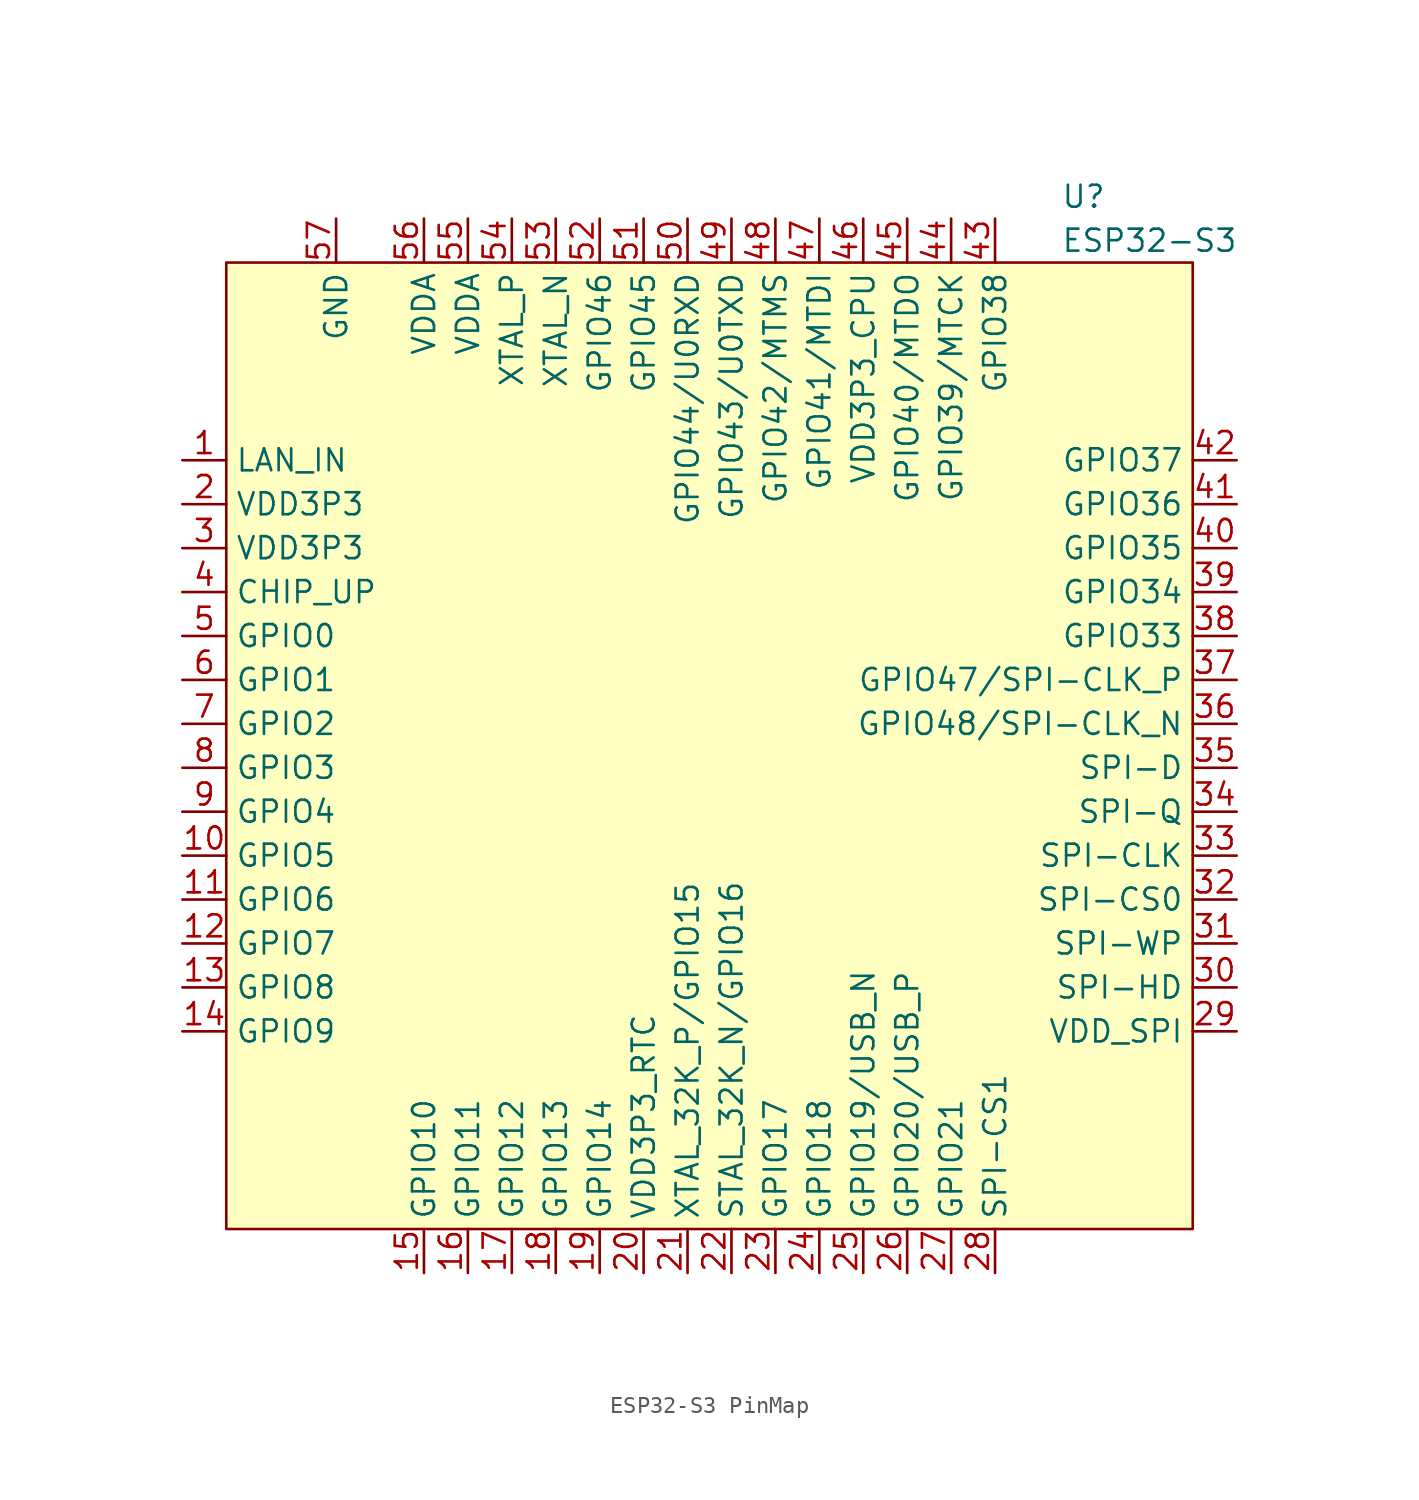
<source format=kicad_sym>
(kicad_symbol_lib
  (version 20241209)
  (generator "kicad_symbol_editor")
  (generator_version "9.0")
  (symbol "ESP32-S3 PinMap"
    (property "Reference" "U"
      (at 20.32 31.75 0)
      (effects (font (size 1.27 1.27)) (justify left)))
    (property "Value" "ESP32-S3"
      (at 20.32 29.21 0)
      (effects (font (size 1.27 1.27)) (justify left)))
    (symbol "ESP32-S3 PinMap_1_0"
      (pin power_in line (at -30.48 13.97 0) (length 2.54) (name "VDD3P3" (effects (font (size 1.27 1.27)))) (number "2" (effects (font (size 1.27 1.27)))))
      (pin power_in line (at -30.48 11.43 0) (length 2.54) (name "VDD3P3" (effects (font (size 1.27 1.27)))) (number "3" (effects (font (size 1.27 1.27)))))
      (pin input line (at -30.48 8.89 0) (length 2.54) (name "CHIP_UP" (effects (font (size 1.27 1.27)))) (number "4" (effects (font (size 1.27 1.27)))))
      (pin bidirectional line (at -30.48 6.35 0) (length 2.54) (name "GPIO0" (effects (font (size 1.27 1.27)))) (number "5" (effects (font (size 1.27 1.27)))))
      (pin bidirectional line (at -30.48 3.81 0) (length 2.54) (name "GPIO1" (effects (font (size 1.27 1.27)))) (number "6" (effects (font (size 1.27 1.27)))))
      (pin bidirectional line (at -30.48 1.27 0) (length 2.54) (name "GPIO2" (effects (font (size 1.27 1.27)))) (number "7" (effects (font (size 1.27 1.27)))))
      (pin bidirectional line (at -30.48 -1.27 0) (length 2.54) (name "GPIO3" (effects (font (size 1.27 1.27)))) (number "8" (effects (font (size 1.27 1.27)))))
      (pin bidirectional line (at -30.48 -3.81 0) (length 2.54) (name "GPIO4" (effects (font (size 1.27 1.27)))) (number "9" (effects (font (size 1.27 1.27)))))
      (pin bidirectional line (at -30.48 -6.35 0) (length 2.54) (name "GPIO5" (effects (font (size 1.27 1.27)))) (number "10" (effects (font (size 1.27 1.27)))))
      (pin bidirectional line (at -30.48 -8.89 0) (length 2.54) (name "GPIO6" (effects (font (size 1.27 1.27)))) (number "11" (effects (font (size 1.27 1.27)))))
      (pin bidirectional line (at -30.48 -11.43 0) (length 2.54) (name "GPIO7" (effects (font (size 1.27 1.27)))) (number "12" (effects (font (size 1.27 1.27)))))
      (pin bidirectional line (at -30.48 -13.97 0) (length 2.54) (name "GPIO8" (effects (font (size 1.27 1.27)))) (number "13" (effects (font (size 1.27 1.27)))))
      (pin bidirectional line (at -30.48 -16.51 0) (length 2.54) (name "GPIO9" (effects (font (size 1.27 1.27)))) (number "14" (effects (font (size 1.27 1.27)))))
      (pin power_in line (at -21.59 30.48 270) (length 2.54) (name "GND" (effects (font (size 1.27 1.27)))) (number "57" (effects (font (size 1.27 1.27)))))
      (pin power_in line (at -16.51 30.48 270) (length 2.54) (name "VDDA" (effects (font (size 1.27 1.27)))) (number "56" (effects (font (size 1.27 1.27)))))
      (pin bidirectional line (at -16.51 -30.48 90) (length 2.54) (name "GPIO10" (effects (font (size 1.27 1.27)))) (number "15" (effects (font (size 1.27 1.27)))))
      (pin power_in line (at -13.97 30.48 270) (length 2.54) (name "VDDA" (effects (font (size 1.27 1.27)))) (number "55" (effects (font (size 1.27 1.27)))))
      (pin bidirectional line (at -11.43 30.48 270) (length 2.54) (name "XTAL_P" (effects (font (size 1.27 1.27)))) (number "54" (effects (font (size 1.27 1.27)))))
      (pin bidirectional line (at -11.43 -30.48 90) (length 2.54) (name "GPIO12" (effects (font (size 1.27 1.27)))) (number "17" (effects (font (size 1.27 1.27)))))
      (pin bidirectional line (at -8.89 30.48 270) (length 2.54) (name "XTAL_N" (effects (font (size 1.27 1.27)))) (number "53" (effects (font (size 1.27 1.27)))))
      (pin bidirectional line (at -8.89 -30.48 90) (length 2.54) (name "GPIO13" (effects (font (size 1.27 1.27)))) (number "18" (effects (font (size 1.27 1.27)))))
      (pin bidirectional line (at -6.35 30.48 270) (length 2.54) (name "GPIO46" (effects (font (size 1.27 1.27)))) (number "52" (effects (font (size 1.27 1.27)))))
      (pin bidirectional line (at -6.35 -30.48 90) (length 2.54) (name "GPIO14" (effects (font (size 1.27 1.27)))) (number "19" (effects (font (size 1.27 1.27)))))
      (pin bidirectional line (at -3.81 30.48 270) (length 2.54) (name "GPIO45" (effects (font (size 1.27 1.27)))) (number "51" (effects (font (size 1.27 1.27)))))
      (pin bidirectional line (at -3.81 -30.48 90) (length 2.54) (name "VDD3P3_RTC" (effects (font (size 1.27 1.27)))) (number "20" (effects (font (size 1.27 1.27)))))
      (pin bidirectional line (at -1.27 30.48 270) (length 2.54) (name "GPIO44/U0RXD" (effects (font (size 1.27 1.27)))) (number "50" (effects (font (size 1.27 1.27)))))
      (pin bidirectional line (at 1.27 30.48 270) (length 2.54) (name "GPIO43/U0TXD" (effects (font (size 1.27 1.27)))) (number "49" (effects (font (size 1.27 1.27)))))
      (pin bidirectional line (at 1.27 -30.48 90) (length 2.54) (name "STAL_32K_N/GPIO16" (effects (font (size 1.27 1.27)))) (number "22" (effects (font (size 1.27 1.27)))))
      (pin bidirectional line (at 3.81 30.48 270) (length 2.54) (name "GPIO42/MTMS" (effects (font (size 1.27 1.27)))) (number "48" (effects (font (size 1.27 1.27)))))
      (pin bidirectional line (at 3.81 -30.48 90) (length 2.54) (name "GPIO17" (effects (font (size 1.27 1.27)))) (number "23" (effects (font (size 1.27 1.27)))))
      (pin bidirectional line (at 6.35 30.48 270) (length 2.54) (name "GPIO41/MTDI" (effects (font (size 1.27 1.27)))) (number "47" (effects (font (size 1.27 1.27)))))
      (pin bidirectional line (at 6.35 -30.48 90) (length 2.54) (name "GPIO18" (effects (font (size 1.27 1.27)))) (number "24" (effects (font (size 1.27 1.27)))))
      (pin bidirectional line (at 8.89 30.48 270) (length 2.54) (name "VDD3P3_CPU" (effects (font (size 1.27 1.27)))) (number "46" (effects (font (size 1.27 1.27)))))
      (pin bidirectional line (at 8.89 -30.48 90) (length 2.54) (name "GPIO19/USB_N" (effects (font (size 1.27 1.27)))) (number "25" (effects (font (size 1.27 1.27)))))
      (pin bidirectional line (at 11.43 30.48 270) (length 2.54) (name "GPIO40/MTDO" (effects (font (size 1.27 1.27)))) (number "45" (effects (font (size 1.27 1.27)))))
      (pin bidirectional line (at 11.43 -30.48 90) (length 2.54) (name "GPIO20/USB_P" (effects (font (size 1.27 1.27)))) (number "26" (effects (font (size 1.27 1.27)))))
      (pin bidirectional line (at 13.97 30.48 270) (length 2.54) (name "GPIO39/MTCK" (effects (font (size 1.27 1.27)))) (number "44" (effects (font (size 1.27 1.27)))))
      (pin bidirectional line (at 13.97 -30.48 90) (length 2.54) (name "GPIO21" (effects (font (size 1.27 1.27)))) (number "27" (effects (font (size 1.27 1.27)))))
      (pin bidirectional line (at 16.51 -30.48 90) (length 2.54) (name "SPI-CS1" (effects (font (size 1.27 1.27)))) (number "28" (effects (font (size 1.27 1.27)))))
      (pin bidirectional line (at 30.48 16.51 180) (length 2.54) (name "GPIO37" (effects (font (size 1.27 1.27)))) (number "42" (effects (font (size 1.27 1.27)))))
      (pin bidirectional line (at 30.48 13.97 180) (length 2.54) (name "GPIO36" (effects (font (size 1.27 1.27)))) (number "41" (effects (font (size 1.27 1.27)))))
      (pin bidirectional line (at 30.48 11.43 180) (length 2.54) (name "GPIO35" (effects (font (size 1.27 1.27)))) (number "40" (effects (font (size 1.27 1.27)))))
      (pin bidirectional line (at 30.48 8.89 180) (length 2.54) (name "GPIO34" (effects (font (size 1.27 1.27)))) (number "39" (effects (font (size 1.27 1.27)))))
      (pin bidirectional line (at 30.48 6.35 180) (length 2.54) (name "GPIO33" (effects (font (size 1.27 1.27)))) (number "38" (effects (font (size 1.27 1.27)))))
      (pin bidirectional line (at 30.48 3.81 180) (length 2.54) (name "GPIO47/SPI-CLK_P" (effects (font (size 1.27 1.27)))) (number "37" (effects (font (size 1.27 1.27)))))
      (pin bidirectional line (at 30.48 1.27 180) (length 2.54) (name "GPIO48/SPI-CLK_N" (effects (font (size 1.27 1.27)))) (number "36" (effects (font (size 1.27 1.27)))))
      (pin bidirectional line (at 30.48 -1.27 180) (length 2.54) (name "SPI-D" (effects (font (size 1.27 1.27)))) (number "35" (effects (font (size 1.27 1.27)))))
      (pin bidirectional line (at 30.48 -3.81 180) (length 2.54) (name "SPI-Q" (effects (font (size 1.27 1.27)))) (number "34" (effects (font (size 1.27 1.27)))))
      (pin bidirectional line (at 30.48 -6.35 180) (length 2.54) (name "SPI-CLK" (effects (font (size 1.27 1.27)))) (number "33" (effects (font (size 1.27 1.27)))))
      (pin bidirectional line (at 30.48 -8.89 180) (length 2.54) (name "SPI-CS0" (effects (font (size 1.27 1.27)))) (number "32" (effects (font (size 1.27 1.27)))))
      (pin bidirectional line (at 30.48 -11.43 180) (length 2.54) (name "SPI-WP" (effects (font (size 1.27 1.27)))) (number "31" (effects (font (size 1.27 1.27)))))
      (pin bidirectional line (at 30.48 -13.97 180) (length 2.54) (name "SPI-HD" (effects (font (size 1.27 1.27)))) (number "30" (effects (font (size 1.27 1.27))))))
    (symbol "ESP32-S3 PinMap_1_1"
      (rectangle (start -27.94 27.94) (end 27.94 -27.94) (stroke (width 0) (type default)) (fill (type background)))
      (pin bidirectional line (at -30.48 16.51 0) (length 2.54) (name "LAN_IN" (effects (font (size 1.27 1.27)))) (number "1" (effects (font (size 1.27 1.27)))))
      (pin bidirectional line (at -13.97 -30.48 90) (length 2.54) (name "GPIO11" (effects (font (size 1.27 1.27)))) (number "16" (effects (font (size 1.27 1.27)))))
      (pin bidirectional line (at -1.27 -30.48 90) (length 2.54) (name "XTAL_32K_P/GPIO15" (effects (font (size 1.27 1.27)))) (number "21" (effects (font (size 1.27 1.27)))))
      (pin bidirectional line (at 16.51 30.48 270) (length 2.54) (name "GPIO38" (effects (font (size 1.27 1.27)))) (number "43" (effects (font (size 1.27 1.27)))))
      (pin bidirectional line (at 30.48 -16.51 180) (length 2.54) (name "VDD_SPI" (effects (font (size 1.27 1.27)))) (number "29" (effects (font (size 1.27 1.27))))))))
</source>
